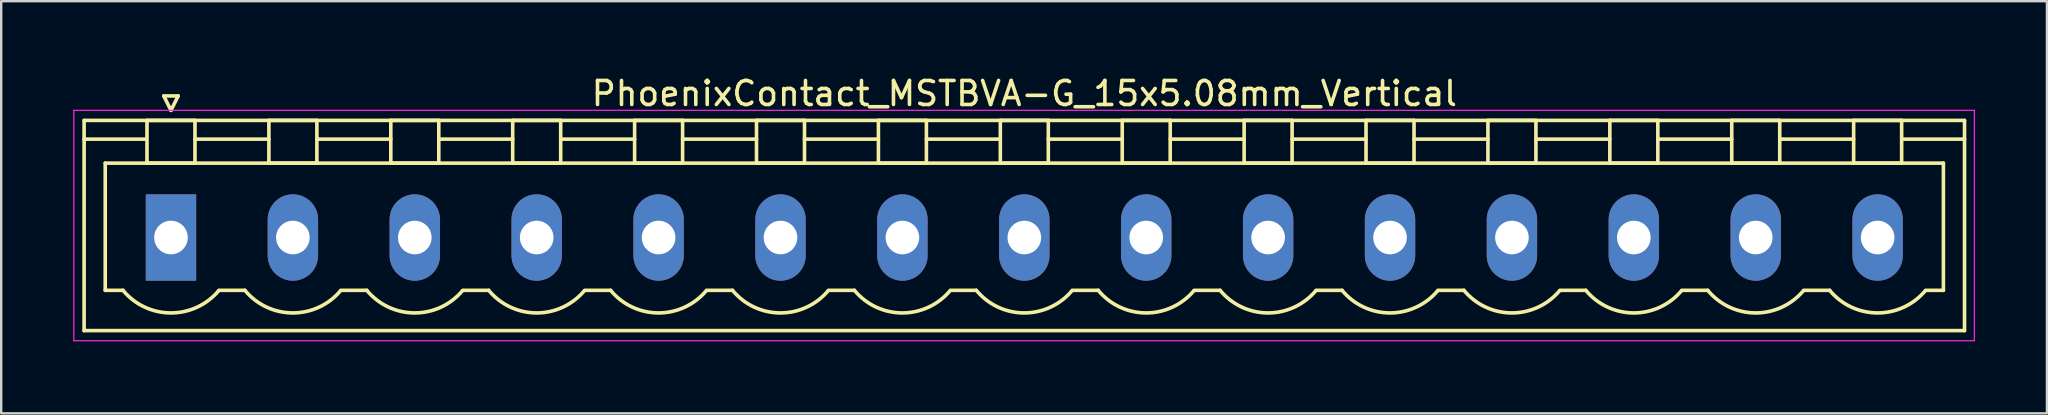
<source format=kicad_pcb>
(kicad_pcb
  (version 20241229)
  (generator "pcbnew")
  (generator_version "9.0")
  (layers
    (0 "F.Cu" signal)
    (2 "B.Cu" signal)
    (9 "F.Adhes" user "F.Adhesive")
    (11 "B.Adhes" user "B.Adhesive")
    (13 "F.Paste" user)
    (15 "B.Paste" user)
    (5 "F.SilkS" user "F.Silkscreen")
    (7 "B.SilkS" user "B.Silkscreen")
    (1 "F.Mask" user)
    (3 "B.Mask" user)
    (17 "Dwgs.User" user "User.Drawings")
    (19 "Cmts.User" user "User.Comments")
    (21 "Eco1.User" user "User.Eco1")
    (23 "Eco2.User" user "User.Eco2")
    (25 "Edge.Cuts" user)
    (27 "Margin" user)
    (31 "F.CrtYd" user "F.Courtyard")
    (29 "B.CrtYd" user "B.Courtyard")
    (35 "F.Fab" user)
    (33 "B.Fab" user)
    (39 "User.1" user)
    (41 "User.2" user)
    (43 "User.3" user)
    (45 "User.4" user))
  (footprint "PhoenixContact_MSTBVA-G_15x5.08mm_Vertical"
    (layer "F.Cu")
    (at 4.075 6.848)
    (property "Reference" "PhoenixContact_MSTBVA-G_15x5.08mm_Vertical" (at 35.56 -6 0) (layer "F.SilkS") (effects (font (size 1 1) (thickness 0.15))))
    (attr through_hole)
    (fp_line (start -3.62 -4.88) (end -3.62 3.88) (stroke (width 0.15) (type solid)) (layer "F.SilkS"))
    (fp_line (start -3.62 -4.1) (end -1.08 -4.1) (stroke (width 0.15) (type solid)) (layer "F.SilkS"))
    (fp_line (start -3.62 3.88) (end 74.74 3.88) (stroke (width 0.15) (type solid)) (layer "F.SilkS"))
    (fp_line (start -2.74 -3.1) (end 73.86 -3.1) (stroke (width 0.15) (type solid)) (layer "F.SilkS"))
    (fp_line (start -2.74 2.2) (end -2.74 -3.1) (stroke (width 0.15) (type solid)) (layer "F.SilkS"))
    (fp_line (start -2 2.2) (end -2.74 2.2) (stroke (width 0.15) (type solid)) (layer "F.SilkS"))
    (fp_line (start -1 -4.88) (end 1 -4.88) (stroke (width 0.15) (type solid)) (layer "F.SilkS"))
    (fp_line (start -1 -3.1) (end -1 -4.88) (stroke (width 0.15) (type solid)) (layer "F.SilkS"))
    (fp_line (start -0.3 -5.9) (end 0 -5.3) (stroke (width 0.15) (type solid)) (layer "F.SilkS"))
    (fp_line (start 0 -5.3) (end 0.3 -5.9) (stroke (width 0.15) (type solid)) (layer "F.SilkS"))
    (fp_line (start 0.3 -5.9) (end -0.3 -5.9) (stroke (width 0.15) (type solid)) (layer "F.SilkS"))
    (fp_line (start 1 -4.88) (end 1 -3.1) (stroke (width 0.15) (type solid)) (layer "F.SilkS"))
    (fp_line (start 1 -4.1) (end 4.08 -4.1) (stroke (width 0.15) (type solid)) (layer "F.SilkS"))
    (fp_line (start 1 -3.1) (end -1 -3.1) (stroke (width 0.15) (type solid)) (layer "F.SilkS"))
    (fp_line (start 2 2.2) (end 3.08 2.2) (stroke (width 0.15) (type solid)) (layer "F.SilkS"))
    (fp_line (start 4.08 -4.88) (end 6.08 -4.88) (stroke (width 0.15) (type solid)) (layer "F.SilkS"))
    (fp_line (start 4.08 -3.1) (end 4.08 -4.88) (stroke (width 0.15) (type solid)) (layer "F.SilkS"))
    (fp_line (start 6.08 -4.88) (end 6.08 -3.1) (stroke (width 0.15) (type solid)) (layer "F.SilkS"))
    (fp_line (start 6.08 -4.1) (end 9.16 -4.1) (stroke (width 0.15) (type solid)) (layer "F.SilkS"))
    (fp_line (start 6.08 -3.1) (end 4.08 -3.1) (stroke (width 0.15) (type solid)) (layer "F.SilkS"))
    (fp_line (start 7.08 2.2) (end 8.16 2.2) (stroke (width 0.15) (type solid)) (layer "F.SilkS"))
    (fp_line (start 9.16 -4.88) (end 11.16 -4.88) (stroke (width 0.15) (type solid)) (layer "F.SilkS"))
    (fp_line (start 9.16 -3.1) (end 9.16 -4.88) (stroke (width 0.15) (type solid)) (layer "F.SilkS"))
    (fp_line (start 11.16 -4.88) (end 11.16 -3.1) (stroke (width 0.15) (type solid)) (layer "F.SilkS"))
    (fp_line (start 11.16 -4.1) (end 14.24 -4.1) (stroke (width 0.15) (type solid)) (layer "F.SilkS"))
    (fp_line (start 11.16 -3.1) (end 9.16 -3.1) (stroke (width 0.15) (type solid)) (layer "F.SilkS"))
    (fp_line (start 12.16 2.2) (end 13.24 2.2) (stroke (width 0.15) (type solid)) (layer "F.SilkS"))
    (fp_line (start 14.24 -4.88) (end 16.24 -4.88) (stroke (width 0.15) (type solid)) (layer "F.SilkS"))
    (fp_line (start 14.24 -3.1) (end 14.24 -4.88) (stroke (width 0.15) (type solid)) (layer "F.SilkS"))
    (fp_line (start 16.24 -4.88) (end 16.24 -3.1) (stroke (width 0.15) (type solid)) (layer "F.SilkS"))
    (fp_line (start 16.24 -4.1) (end 19.32 -4.1) (stroke (width 0.15) (type solid)) (layer "F.SilkS"))
    (fp_line (start 16.24 -3.1) (end 14.24 -3.1) (stroke (width 0.15) (type solid)) (layer "F.SilkS"))
    (fp_line (start 17.24 2.2) (end 18.32 2.2) (stroke (width 0.15) (type solid)) (layer "F.SilkS"))
    (fp_line (start 19.32 -4.88) (end 21.32 -4.88) (stroke (width 0.15) (type solid)) (layer "F.SilkS"))
    (fp_line (start 19.32 -3.1) (end 19.32 -4.88) (stroke (width 0.15) (type solid)) (layer "F.SilkS"))
    (fp_line (start 21.32 -4.88) (end 21.32 -3.1) (stroke (width 0.15) (type solid)) (layer "F.SilkS"))
    (fp_line (start 21.32 -4.1) (end 24.4 -4.1) (stroke (width 0.15) (type solid)) (layer "F.SilkS"))
    (fp_line (start 21.32 -3.1) (end 19.32 -3.1) (stroke (width 0.15) (type solid)) (layer "F.SilkS"))
    (fp_line (start 22.32 2.2) (end 23.4 2.2) (stroke (width 0.15) (type solid)) (layer "F.SilkS"))
    (fp_line (start 24.4 -4.88) (end 26.4 -4.88) (stroke (width 0.15) (type solid)) (layer "F.SilkS"))
    (fp_line (start 24.4 -3.1) (end 24.4 -4.88) (stroke (width 0.15) (type solid)) (layer "F.SilkS"))
    (fp_line (start 26.4 -4.88) (end 26.4 -3.1) (stroke (width 0.15) (type solid)) (layer "F.SilkS"))
    (fp_line (start 26.4 -4.1) (end 29.48 -4.1) (stroke (width 0.15) (type solid)) (layer "F.SilkS"))
    (fp_line (start 26.4 -3.1) (end 24.4 -3.1) (stroke (width 0.15) (type solid)) (layer "F.SilkS"))
    (fp_line (start 27.4 2.2) (end 28.48 2.2) (stroke (width 0.15) (type solid)) (layer "F.SilkS"))
    (fp_line (start 29.48 -4.88) (end 31.48 -4.88) (stroke (width 0.15) (type solid)) (layer "F.SilkS"))
    (fp_line (start 29.48 -3.1) (end 29.48 -4.88) (stroke (width 0.15) (type solid)) (layer "F.SilkS"))
    (fp_line (start 31.48 -4.88) (end 31.48 -3.1) (stroke (width 0.15) (type solid)) (layer "F.SilkS"))
    (fp_line (start 31.48 -4.1) (end 34.56 -4.1) (stroke (width 0.15) (type solid)) (layer "F.SilkS"))
    (fp_line (start 31.48 -3.1) (end 29.48 -3.1) (stroke (width 0.15) (type solid)) (layer "F.SilkS"))
    (fp_line (start 32.48 2.2) (end 33.56 2.2) (stroke (width 0.15) (type solid)) (layer "F.SilkS"))
    (fp_line (start 34.56 -4.88) (end 36.56 -4.88) (stroke (width 0.15) (type solid)) (layer "F.SilkS"))
    (fp_line (start 34.56 -3.1) (end 34.56 -4.88) (stroke (width 0.15) (type solid)) (layer "F.SilkS"))
    (fp_line (start 36.56 -4.88) (end 36.56 -3.1) (stroke (width 0.15) (type solid)) (layer "F.SilkS"))
    (fp_line (start 36.56 -4.1) (end 39.64 -4.1) (stroke (width 0.15) (type solid)) (layer "F.SilkS"))
    (fp_line (start 36.56 -3.1) (end 34.56 -3.1) (stroke (width 0.15) (type solid)) (layer "F.SilkS"))
    (fp_line (start 37.56 2.2) (end 38.64 2.2) (stroke (width 0.15) (type solid)) (layer "F.SilkS"))
    (fp_line (start 39.64 -4.88) (end 41.64 -4.88) (stroke (width 0.15) (type solid)) (layer "F.SilkS"))
    (fp_line (start 39.64 -3.1) (end 39.64 -4.88) (stroke (width 0.15) (type solid)) (layer "F.SilkS"))
    (fp_line (start 41.64 -4.88) (end 41.64 -3.1) (stroke (width 0.15) (type solid)) (layer "F.SilkS"))
    (fp_line (start 41.64 -4.1) (end 44.72 -4.1) (stroke (width 0.15) (type solid)) (layer "F.SilkS"))
    (fp_line (start 41.64 -3.1) (end 39.64 -3.1) (stroke (width 0.15) (type solid)) (layer "F.SilkS"))
    (fp_line (start 42.64 2.2) (end 43.72 2.2) (stroke (width 0.15) (type solid)) (layer "F.SilkS"))
    (fp_line (start 44.72 -4.88) (end 46.72 -4.88) (stroke (width 0.15) (type solid)) (layer "F.SilkS"))
    (fp_line (start 44.72 -3.1) (end 44.72 -4.88) (stroke (width 0.15) (type solid)) (layer "F.SilkS"))
    (fp_line (start 46.72 -4.88) (end 46.72 -3.1) (stroke (width 0.15) (type solid)) (layer "F.SilkS"))
    (fp_line (start 46.72 -4.1) (end 49.8 -4.1) (stroke (width 0.15) (type solid)) (layer "F.SilkS"))
    (fp_line (start 46.72 -3.1) (end 44.72 -3.1) (stroke (width 0.15) (type solid)) (layer "F.SilkS"))
    (fp_line (start 47.72 2.2) (end 48.8 2.2) (stroke (width 0.15) (type solid)) (layer "F.SilkS"))
    (fp_line (start 49.8 -4.88) (end 51.8 -4.88) (stroke (width 0.15) (type solid)) (layer "F.SilkS"))
    (fp_line (start 49.8 -3.1) (end 49.8 -4.88) (stroke (width 0.15) (type solid)) (layer "F.SilkS"))
    (fp_line (start 51.8 -4.88) (end 51.8 -3.1) (stroke (width 0.15) (type solid)) (layer "F.SilkS"))
    (fp_line (start 51.8 -4.1) (end 54.88 -4.1) (stroke (width 0.15) (type solid)) (layer "F.SilkS"))
    (fp_line (start 51.8 -3.1) (end 49.8 -3.1) (stroke (width 0.15) (type solid)) (layer "F.SilkS"))
    (fp_line (start 52.8 2.2) (end 53.88 2.2) (stroke (width 0.15) (type solid)) (layer "F.SilkS"))
    (fp_line (start 54.88 -4.88) (end 56.88 -4.88) (stroke (width 0.15) (type solid)) (layer "F.SilkS"))
    (fp_line (start 54.88 -3.1) (end 54.88 -4.88) (stroke (width 0.15) (type solid)) (layer "F.SilkS"))
    (fp_line (start 56.88 -4.88) (end 56.88 -3.1) (stroke (width 0.15) (type solid)) (layer "F.SilkS"))
    (fp_line (start 56.88 -4.1) (end 59.96 -4.1) (stroke (width 0.15) (type solid)) (layer "F.SilkS"))
    (fp_line (start 56.88 -3.1) (end 54.88 -3.1) (stroke (width 0.15) (type solid)) (layer "F.SilkS"))
    (fp_line (start 57.88 2.2) (end 58.96 2.2) (stroke (width 0.15) (type solid)) (layer "F.SilkS"))
    (fp_line (start 59.96 -4.88) (end 61.96 -4.88) (stroke (width 0.15) (type solid)) (layer "F.SilkS"))
    (fp_line (start 59.96 -3.1) (end 59.96 -4.88) (stroke (width 0.15) (type solid)) (layer "F.SilkS"))
    (fp_line (start 61.96 -4.88) (end 61.96 -3.1) (stroke (width 0.15) (type solid)) (layer "F.SilkS"))
    (fp_line (start 61.96 -4.1) (end 65.04 -4.1) (stroke (width 0.15) (type solid)) (layer "F.SilkS"))
    (fp_line (start 61.96 -3.1) (end 59.96 -3.1) (stroke (width 0.15) (type solid)) (layer "F.SilkS"))
    (fp_line (start 62.96 2.2) (end 64.04 2.2) (stroke (width 0.15) (type solid)) (layer "F.SilkS"))
    (fp_line (start 65.04 -4.88) (end 67.04 -4.88) (stroke (width 0.15) (type solid)) (layer "F.SilkS"))
    (fp_line (start 65.04 -3.1) (end 65.04 -4.88) (stroke (width 0.15) (type solid)) (layer "F.SilkS"))
    (fp_line (start 67.04 -4.88) (end 67.04 -3.1) (stroke (width 0.15) (type solid)) (layer "F.SilkS"))
    (fp_line (start 67.04 -4.1) (end 70.12 -4.1) (stroke (width 0.15) (type solid)) (layer "F.SilkS"))
    (fp_line (start 67.04 -3.1) (end 65.04 -3.1) (stroke (width 0.15) (type solid)) (layer "F.SilkS"))
    (fp_line (start 68.04 2.2) (end 69.12 2.2) (stroke (width 0.15) (type solid)) (layer "F.SilkS"))
    (fp_line (start 70.12 -4.88) (end 72.12 -4.88) (stroke (width 0.15) (type solid)) (layer "F.SilkS"))
    (fp_line (start 70.12 -3.1) (end 70.12 -4.88) (stroke (width 0.15) (type solid)) (layer "F.SilkS"))
    (fp_line (start 72.12 -4.88) (end 72.12 -3.1) (stroke (width 0.15) (type solid)) (layer "F.SilkS"))
    (fp_line (start 72.12 -3.1) (end 70.12 -3.1) (stroke (width 0.15) (type solid)) (layer "F.SilkS"))
    (fp_line (start 73.86 -3.1) (end 73.86 2.2) (stroke (width 0.15) (type solid)) (layer "F.SilkS"))
    (fp_line (start 73.86 2.2) (end 73.12 2.2) (stroke (width 0.15) (type solid)) (layer "F.SilkS"))
    (fp_line (start 74.74 -4.88) (end -3.62 -4.88) (stroke (width 0.15) (type solid)) (layer "F.SilkS"))
    (fp_line (start 74.74 -4.1) (end 72.2 -4.1) (stroke (width 0.15) (type solid)) (layer "F.SilkS"))
    (fp_line (start 74.74 3.88) (end 74.74 -4.88) (stroke (width 0.15) (type solid)) (layer "F.SilkS"))
    (fp_arc (start 1.986842 2.215821) (mid -0.010289 3.142758) (end -2 2.2) (stroke (width 0.15) (type solid)) (layer "F.SilkS"))
    (fp_arc (start 7.066842 2.215821) (mid 5.069711 3.142758) (end 3.08 2.2) (stroke (width 0.15) (type solid)) (layer "F.SilkS"))
    (fp_arc (start 12.146842 2.215821) (mid 10.149711 3.142758) (end 8.16 2.2) (stroke (width 0.15) (type solid)) (layer "F.SilkS"))
    (fp_arc (start 17.226842 2.215821) (mid 15.229711 3.142758) (end 13.24 2.2) (stroke (width 0.15) (type solid)) (layer "F.SilkS"))
    (fp_arc (start 22.306842 2.215821) (mid 20.309711 3.142758) (end 18.32 2.2) (stroke (width 0.15) (type solid)) (layer "F.SilkS"))
    (fp_arc (start 27.386842 2.215821) (mid 25.389711 3.142758) (end 23.4 2.2) (stroke (width 0.15) (type solid)) (layer "F.SilkS"))
    (fp_arc (start 32.466842 2.215821) (mid 30.469711 3.142758) (end 28.48 2.2) (stroke (width 0.15) (type solid)) (layer "F.SilkS"))
    (fp_arc (start 37.546842 2.215821) (mid 35.549711 3.142758) (end 33.56 2.2) (stroke (width 0.15) (type solid)) (layer "F.SilkS"))
    (fp_arc (start 42.626842 2.215821) (mid 40.629711 3.142758) (end 38.64 2.2) (stroke (width 0.15) (type solid)) (layer "F.SilkS"))
    (fp_arc (start 47.706842 2.215821) (mid 45.709711 3.142758) (end 43.72 2.2) (stroke (width 0.15) (type solid)) (layer "F.SilkS"))
    (fp_arc (start 52.786842 2.215821) (mid 50.789711 3.142758) (end 48.8 2.2) (stroke (width 0.15) (type solid)) (layer "F.SilkS"))
    (fp_arc (start 57.866842 2.215821) (mid 55.869711 3.142758) (end 53.88 2.2) (stroke (width 0.15) (type solid)) (layer "F.SilkS"))
    (fp_arc (start 62.946842 2.215821) (mid 60.949711 3.142758) (end 58.96 2.2) (stroke (width 0.15) (type solid)) (layer "F.SilkS"))
    (fp_arc (start 68.026842 2.215821) (mid 66.029711 3.142758) (end 64.04 2.2) (stroke (width 0.15) (type solid)) (layer "F.SilkS"))
    (fp_arc (start 73.106842 2.215821) (mid 71.109711 3.142758) (end 69.12 2.2) (stroke (width 0.15) (type solid)) (layer "F.SilkS"))
    (fp_line (start -4.05 -5.3) (end -4.05 4.3) (stroke (width 0.05) (type solid)) (layer "F.CrtYd"))
    (fp_line (start -4.05 4.3) (end 75.15 4.3) (stroke (width 0.05) (type solid)) (layer "F.CrtYd"))
    (fp_line (start 75.15 -5.3) (end -4.05 -5.3) (stroke (width 0.05) (type solid)) (layer "F.CrtYd"))
    (fp_line (start 75.15 4.3) (end 75.15 -5.3) (stroke (width 0.05) (type solid)) (layer "F.CrtYd"))
    (pad "1" thru_hole rect (at 0 0) (size 2.1 3.6) (drill 1.4) (layers "*.Cu" "*.Mask"))
    (pad "2" thru_hole oval (at 5.08 0) (size 2.1 3.6) (drill 1.4) (layers "*.Cu" "*.Mask"))
    (pad "3" thru_hole oval (at 10.16 0) (size 2.1 3.6) (drill 1.4) (layers "*.Cu" "*.Mask"))
    (pad "4" thru_hole oval (at 15.24 0) (size 2.1 3.6) (drill 1.4) (layers "*.Cu" "*.Mask"))
    (pad "5" thru_hole oval (at 20.32 0) (size 2.1 3.6) (drill 1.4) (layers "*.Cu" "*.Mask"))
    (pad "6" thru_hole oval (at 25.4 0) (size 2.1 3.6) (drill 1.4) (layers "*.Cu" "*.Mask"))
    (pad "7" thru_hole oval (at 30.48 0) (size 2.1 3.6) (drill 1.4) (layers "*.Cu" "*.Mask"))
    (pad "8" thru_hole oval (at 35.56 0) (size 2.1 3.6) (drill 1.4) (layers "*.Cu" "*.Mask"))
    (pad "9" thru_hole oval (at 40.64 0) (size 2.1 3.6) (drill 1.4) (layers "*.Cu" "*.Mask"))
    (pad "10" thru_hole oval (at 45.72 0) (size 2.1 3.6) (drill 1.4) (layers "*.Cu" "*.Mask"))
    (pad "11" thru_hole oval (at 50.8 0) (size 2.1 3.6) (drill 1.4) (layers "*.Cu" "*.Mask"))
    (pad "12" thru_hole oval (at 55.88 0) (size 2.1 3.6) (drill 1.4) (layers "*.Cu" "*.Mask"))
    (pad "13" thru_hole oval (at 60.96 0) (size 2.1 3.6) (drill 1.4) (layers "*.Cu" "*.Mask"))
    (pad "14" thru_hole oval (at 66.04 0) (size 2.1 3.6) (drill 1.4) (layers "*.Cu" "*.Mask"))
    (pad "15" thru_hole oval (at 71.12 0) (size 2.1 3.6) (drill 1.4) (layers "*.Cu" "*.Mask")))
  (gr_rect
    (start -3 -3)
    (end 82.25 14.173)
    (stroke (width 0.1) (type default))
    (fill no)
    (layer "Edge.Cuts")))
</source>
